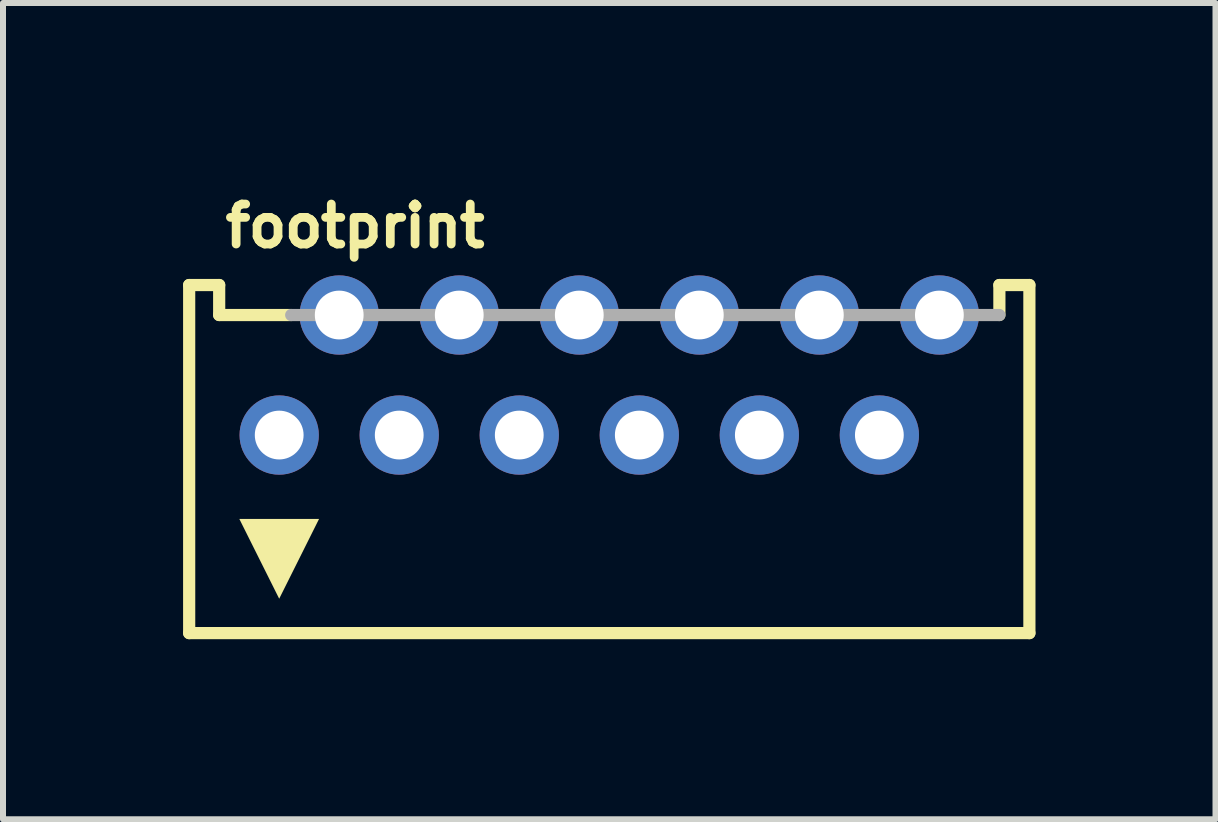
<source format=kicad_pcb>
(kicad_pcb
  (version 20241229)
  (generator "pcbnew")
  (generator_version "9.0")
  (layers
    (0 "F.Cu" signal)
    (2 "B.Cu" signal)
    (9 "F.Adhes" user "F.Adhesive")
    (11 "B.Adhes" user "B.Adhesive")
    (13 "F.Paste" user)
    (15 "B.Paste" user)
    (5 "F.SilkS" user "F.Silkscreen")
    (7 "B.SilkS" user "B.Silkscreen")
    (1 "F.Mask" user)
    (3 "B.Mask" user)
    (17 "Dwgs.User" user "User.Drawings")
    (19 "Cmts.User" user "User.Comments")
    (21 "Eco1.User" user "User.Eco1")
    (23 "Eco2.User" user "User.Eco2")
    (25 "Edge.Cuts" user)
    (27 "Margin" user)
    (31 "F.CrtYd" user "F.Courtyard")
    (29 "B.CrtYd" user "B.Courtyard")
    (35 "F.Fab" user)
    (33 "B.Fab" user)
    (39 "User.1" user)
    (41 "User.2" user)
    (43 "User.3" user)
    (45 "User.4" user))
  (footprint "footprint"
    (layer "F.Cu")
    (at 7.102 4.199)
    (property "Reference" "footprint" (at -6.472 -3.094 0) (layer "F.SilkS") (effects (font (size 0.666 0.666) (thickness 0.146)) (justify left bottom)))
    (fp_line (start -7 -2.5) (end -7 3.3) (stroke (width 0.203) (type solid)) (layer "F.SilkS"))
    (fp_line (start -7 3.3) (end 7 3.3) (stroke (width 0.203) (type solid)) (layer "F.SilkS"))
    (fp_line (start -6.5 -2.5) (end -7 -2.5) (stroke (width 0.203) (type solid)) (layer "F.SilkS"))
    (fp_line (start -6.5 -2) (end -6.5 -2.5) (stroke (width 0.203) (type solid)) (layer "F.SilkS"))
    (fp_line (start -6.5 -2) (end -5.3 -2) (stroke (width 0.203) (type solid)) (layer "F.SilkS"))
    (fp_line (start 6.5 -2.5) (end 7 -2.5) (stroke (width 0.203) (type solid)) (layer "F.SilkS"))
    (fp_line (start 6.5 -2) (end 6.5 -2.5) (stroke (width 0.203) (type solid)) (layer "F.SilkS"))
    (fp_line (start 7 -2.5) (end 7 3.3) (stroke (width 0.203) (type solid)) (layer "F.SilkS"))
    (fp_poly (pts (xy -5.5 2.727) (xy -6.164 1.398) (xy -4.836 1.398)) (stroke (width 0) (type solid)) (fill yes) (layer "F.SilkS"))
    (fp_line (start -5.3 -2) (end 6.5 -2) (stroke (width 0.203) (type solid)) (layer "F.Fab"))
    (pad "1" thru_hole circle (at -5.5 0) (size 1.321 1.321) (drill 0.813) (layers "*.Cu" "*.Mask"))
    (pad "2" thru_hole circle (at -4.5 -2) (size 1.321 1.321) (drill 0.813) (layers "*.Cu" "*.Mask"))
    (pad "3" thru_hole circle (at -3.5 0) (size 1.321 1.321) (drill 0.813) (layers "*.Cu" "*.Mask"))
    (pad "4" thru_hole circle (at -2.5 -2) (size 1.321 1.321) (drill 0.813) (layers "*.Cu" "*.Mask"))
    (pad "5" thru_hole circle (at -1.5 0) (size 1.321 1.321) (drill 0.813) (layers "*.Cu" "*.Mask"))
    (pad "6" thru_hole circle (at -0.5 -2) (size 1.321 1.321) (drill 0.813) (layers "*.Cu" "*.Mask"))
    (pad "7" thru_hole circle (at 0.5 0) (size 1.321 1.321) (drill 0.813) (layers "*.Cu" "*.Mask"))
    (pad "8" thru_hole circle (at 1.5 -2) (size 1.321 1.321) (drill 0.813) (layers "*.Cu" "*.Mask"))
    (pad "9" thru_hole circle (at 2.5 0) (size 1.321 1.321) (drill 0.813) (layers "*.Cu" "*.Mask"))
    (pad "10" thru_hole circle (at 3.5 -2) (size 1.321 1.321) (drill 0.813) (layers "*.Cu" "*.Mask"))
    (pad "11" thru_hole circle (at 4.5 0) (size 1.321 1.321) (drill 0.813) (layers "*.Cu" "*.Mask"))
    (pad "12" thru_hole circle (at 5.5 -2) (size 1.321 1.321) (drill 0.813) (layers "*.Cu" "*.Mask")))
  (gr_rect
    (start -3 -3)
    (end 17.203 10.601)
    (stroke (width 0.1) (type default))
    (fill no)
    (layer "Edge.Cuts")))
</source>
